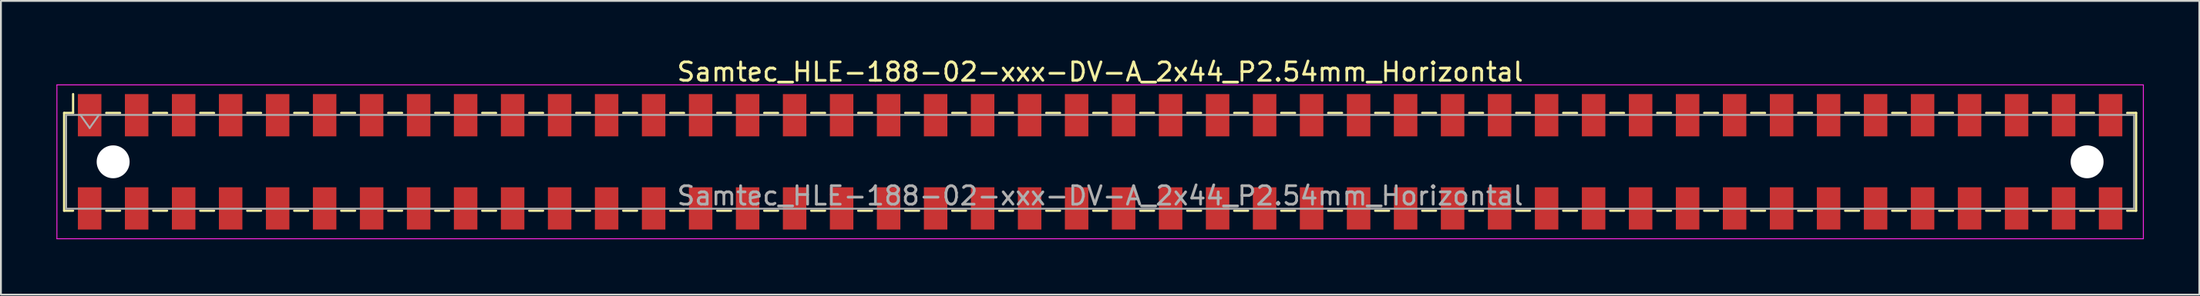
<source format=kicad_pcb>
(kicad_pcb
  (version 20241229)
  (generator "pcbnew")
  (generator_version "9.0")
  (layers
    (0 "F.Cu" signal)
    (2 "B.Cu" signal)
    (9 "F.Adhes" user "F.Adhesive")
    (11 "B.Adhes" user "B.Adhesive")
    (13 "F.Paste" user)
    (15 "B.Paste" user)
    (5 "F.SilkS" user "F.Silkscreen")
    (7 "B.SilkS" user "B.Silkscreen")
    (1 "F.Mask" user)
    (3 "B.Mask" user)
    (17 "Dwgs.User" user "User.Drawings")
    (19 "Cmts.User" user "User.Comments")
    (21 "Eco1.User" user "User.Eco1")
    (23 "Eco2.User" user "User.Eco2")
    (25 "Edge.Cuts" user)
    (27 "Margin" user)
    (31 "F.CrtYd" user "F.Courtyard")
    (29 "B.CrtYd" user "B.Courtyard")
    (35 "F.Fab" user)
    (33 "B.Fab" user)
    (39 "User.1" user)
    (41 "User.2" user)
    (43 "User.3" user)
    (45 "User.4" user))
  (footprint "Samtec_HLE-188-02-xxx-DV-A_2x44_P2.54mm_Horizontal"
    (layer "F.Cu")
    (at 56.405 5.718)
    (property "Reference" "Samtec_HLE-188-02-xxx-DV-A_2x44_P2.54mm_Horizontal" (at 0 -4.87 0) (layer "F.SilkS") (effects (font (size 1 1) (thickness 0.15))))
    (attr smd)
    (fp_line (start -55.99 -2.65) (end -55.99 2.65) (stroke (width 0.12) (type solid)) (layer "F.SilkS"))
    (fp_line (start -55.99 2.65) (end -55.505 2.65) (stroke (width 0.12) (type solid)) (layer "F.SilkS"))
    (fp_line (start -55.505 -3.67) (end -55.505 -2.65) (stroke (width 0.12) (type solid)) (layer "F.SilkS"))
    (fp_line (start -55.505 -2.65) (end -55.99 -2.65) (stroke (width 0.12) (type solid)) (layer "F.SilkS"))
    (fp_line (start -53.715 -2.65) (end -52.965 -2.65) (stroke (width 0.12) (type solid)) (layer "F.SilkS"))
    (fp_line (start -53.715 2.65) (end -52.965 2.65) (stroke (width 0.12) (type solid)) (layer "F.SilkS"))
    (fp_line (start -51.175 -2.65) (end -50.425 -2.65) (stroke (width 0.12) (type solid)) (layer "F.SilkS"))
    (fp_line (start -51.175 2.65) (end -50.425 2.65) (stroke (width 0.12) (type solid)) (layer "F.SilkS"))
    (fp_line (start -48.635 -2.65) (end -47.885 -2.65) (stroke (width 0.12) (type solid)) (layer "F.SilkS"))
    (fp_line (start -48.635 2.65) (end -47.885 2.65) (stroke (width 0.12) (type solid)) (layer "F.SilkS"))
    (fp_line (start -46.095 -2.65) (end -45.345 -2.65) (stroke (width 0.12) (type solid)) (layer "F.SilkS"))
    (fp_line (start -46.095 2.65) (end -45.345 2.65) (stroke (width 0.12) (type solid)) (layer "F.SilkS"))
    (fp_line (start -43.555 -2.65) (end -42.805 -2.65) (stroke (width 0.12) (type solid)) (layer "F.SilkS"))
    (fp_line (start -43.555 2.65) (end -42.805 2.65) (stroke (width 0.12) (type solid)) (layer "F.SilkS"))
    (fp_line (start -41.015 -2.65) (end -40.265 -2.65) (stroke (width 0.12) (type solid)) (layer "F.SilkS"))
    (fp_line (start -41.015 2.65) (end -40.265 2.65) (stroke (width 0.12) (type solid)) (layer "F.SilkS"))
    (fp_line (start -38.475 -2.65) (end -37.725 -2.65) (stroke (width 0.12) (type solid)) (layer "F.SilkS"))
    (fp_line (start -38.475 2.65) (end -37.725 2.65) (stroke (width 0.12) (type solid)) (layer "F.SilkS"))
    (fp_line (start -35.935 -2.65) (end -35.185 -2.65) (stroke (width 0.12) (type solid)) (layer "F.SilkS"))
    (fp_line (start -35.935 2.65) (end -35.185 2.65) (stroke (width 0.12) (type solid)) (layer "F.SilkS"))
    (fp_line (start -33.395 -2.65) (end -32.645 -2.65) (stroke (width 0.12) (type solid)) (layer "F.SilkS"))
    (fp_line (start -33.395 2.65) (end -32.645 2.65) (stroke (width 0.12) (type solid)) (layer "F.SilkS"))
    (fp_line (start -30.855 -2.65) (end -30.105 -2.65) (stroke (width 0.12) (type solid)) (layer "F.SilkS"))
    (fp_line (start -30.855 2.65) (end -30.105 2.65) (stroke (width 0.12) (type solid)) (layer "F.SilkS"))
    (fp_line (start -28.315 -2.65) (end -27.565 -2.65) (stroke (width 0.12) (type solid)) (layer "F.SilkS"))
    (fp_line (start -28.315 2.65) (end -27.565 2.65) (stroke (width 0.12) (type solid)) (layer "F.SilkS"))
    (fp_line (start -25.775 -2.65) (end -25.025 -2.65) (stroke (width 0.12) (type solid)) (layer "F.SilkS"))
    (fp_line (start -25.775 2.65) (end -25.025 2.65) (stroke (width 0.12) (type solid)) (layer "F.SilkS"))
    (fp_line (start -23.235 -2.65) (end -22.485 -2.65) (stroke (width 0.12) (type solid)) (layer "F.SilkS"))
    (fp_line (start -23.235 2.65) (end -22.485 2.65) (stroke (width 0.12) (type solid)) (layer "F.SilkS"))
    (fp_line (start -20.695 -2.65) (end -19.945 -2.65) (stroke (width 0.12) (type solid)) (layer "F.SilkS"))
    (fp_line (start -20.695 2.65) (end -19.945 2.65) (stroke (width 0.12) (type solid)) (layer "F.SilkS"))
    (fp_line (start -18.155 -2.65) (end -17.405 -2.65) (stroke (width 0.12) (type solid)) (layer "F.SilkS"))
    (fp_line (start -18.155 2.65) (end -17.405 2.65) (stroke (width 0.12) (type solid)) (layer "F.SilkS"))
    (fp_line (start -15.615 -2.65) (end -14.865 -2.65) (stroke (width 0.12) (type solid)) (layer "F.SilkS"))
    (fp_line (start -15.615 2.65) (end -14.865 2.65) (stroke (width 0.12) (type solid)) (layer "F.SilkS"))
    (fp_line (start -13.075 -2.65) (end -12.325 -2.65) (stroke (width 0.12) (type solid)) (layer "F.SilkS"))
    (fp_line (start -13.075 2.65) (end -12.325 2.65) (stroke (width 0.12) (type solid)) (layer "F.SilkS"))
    (fp_line (start -10.535 -2.65) (end -9.785 -2.65) (stroke (width 0.12) (type solid)) (layer "F.SilkS"))
    (fp_line (start -10.535 2.65) (end -9.785 2.65) (stroke (width 0.12) (type solid)) (layer "F.SilkS"))
    (fp_line (start -7.995 -2.65) (end -7.245 -2.65) (stroke (width 0.12) (type solid)) (layer "F.SilkS"))
    (fp_line (start -7.995 2.65) (end -7.245 2.65) (stroke (width 0.12) (type solid)) (layer "F.SilkS"))
    (fp_line (start -5.455 -2.65) (end -4.705 -2.65) (stroke (width 0.12) (type solid)) (layer "F.SilkS"))
    (fp_line (start -5.455 2.65) (end -4.705 2.65) (stroke (width 0.12) (type solid)) (layer "F.SilkS"))
    (fp_line (start -2.915 -2.65) (end -2.165 -2.65) (stroke (width 0.12) (type solid)) (layer "F.SilkS"))
    (fp_line (start -2.915 2.65) (end -2.165 2.65) (stroke (width 0.12) (type solid)) (layer "F.SilkS"))
    (fp_line (start -0.375 -2.65) (end 0.375 -2.65) (stroke (width 0.12) (type solid)) (layer "F.SilkS"))
    (fp_line (start -0.375 2.65) (end 0.375 2.65) (stroke (width 0.12) (type solid)) (layer "F.SilkS"))
    (fp_line (start 2.165 -2.65) (end 2.915 -2.65) (stroke (width 0.12) (type solid)) (layer "F.SilkS"))
    (fp_line (start 2.165 2.65) (end 2.915 2.65) (stroke (width 0.12) (type solid)) (layer "F.SilkS"))
    (fp_line (start 4.705 -2.65) (end 5.455 -2.65) (stroke (width 0.12) (type solid)) (layer "F.SilkS"))
    (fp_line (start 4.705 2.65) (end 5.455 2.65) (stroke (width 0.12) (type solid)) (layer "F.SilkS"))
    (fp_line (start 7.245 -2.65) (end 7.995 -2.65) (stroke (width 0.12) (type solid)) (layer "F.SilkS"))
    (fp_line (start 7.245 2.65) (end 7.995 2.65) (stroke (width 0.12) (type solid)) (layer "F.SilkS"))
    (fp_line (start 9.785 -2.65) (end 10.535 -2.65) (stroke (width 0.12) (type solid)) (layer "F.SilkS"))
    (fp_line (start 9.785 2.65) (end 10.535 2.65) (stroke (width 0.12) (type solid)) (layer "F.SilkS"))
    (fp_line (start 12.325 -2.65) (end 13.075 -2.65) (stroke (width 0.12) (type solid)) (layer "F.SilkS"))
    (fp_line (start 12.325 2.65) (end 13.075 2.65) (stroke (width 0.12) (type solid)) (layer "F.SilkS"))
    (fp_line (start 14.865 -2.65) (end 15.615 -2.65) (stroke (width 0.12) (type solid)) (layer "F.SilkS"))
    (fp_line (start 14.865 2.65) (end 15.615 2.65) (stroke (width 0.12) (type solid)) (layer "F.SilkS"))
    (fp_line (start 17.405 -2.65) (end 18.155 -2.65) (stroke (width 0.12) (type solid)) (layer "F.SilkS"))
    (fp_line (start 17.405 2.65) (end 18.155 2.65) (stroke (width 0.12) (type solid)) (layer "F.SilkS"))
    (fp_line (start 19.945 -2.65) (end 20.695 -2.65) (stroke (width 0.12) (type solid)) (layer "F.SilkS"))
    (fp_line (start 19.945 2.65) (end 20.695 2.65) (stroke (width 0.12) (type solid)) (layer "F.SilkS"))
    (fp_line (start 22.485 -2.65) (end 23.235 -2.65) (stroke (width 0.12) (type solid)) (layer "F.SilkS"))
    (fp_line (start 22.485 2.65) (end 23.235 2.65) (stroke (width 0.12) (type solid)) (layer "F.SilkS"))
    (fp_line (start 25.025 -2.65) (end 25.775 -2.65) (stroke (width 0.12) (type solid)) (layer "F.SilkS"))
    (fp_line (start 25.025 2.65) (end 25.775 2.65) (stroke (width 0.12) (type solid)) (layer "F.SilkS"))
    (fp_line (start 27.565 -2.65) (end 28.315 -2.65) (stroke (width 0.12) (type solid)) (layer "F.SilkS"))
    (fp_line (start 27.565 2.65) (end 28.315 2.65) (stroke (width 0.12) (type solid)) (layer "F.SilkS"))
    (fp_line (start 30.105 -2.65) (end 30.855 -2.65) (stroke (width 0.12) (type solid)) (layer "F.SilkS"))
    (fp_line (start 30.105 2.65) (end 30.855 2.65) (stroke (width 0.12) (type solid)) (layer "F.SilkS"))
    (fp_line (start 32.645 -2.65) (end 33.395 -2.65) (stroke (width 0.12) (type solid)) (layer "F.SilkS"))
    (fp_line (start 32.645 2.65) (end 33.395 2.65) (stroke (width 0.12) (type solid)) (layer "F.SilkS"))
    (fp_line (start 35.185 -2.65) (end 35.935 -2.65) (stroke (width 0.12) (type solid)) (layer "F.SilkS"))
    (fp_line (start 35.185 2.65) (end 35.935 2.65) (stroke (width 0.12) (type solid)) (layer "F.SilkS"))
    (fp_line (start 37.725 -2.65) (end 38.475 -2.65) (stroke (width 0.12) (type solid)) (layer "F.SilkS"))
    (fp_line (start 37.725 2.65) (end 38.475 2.65) (stroke (width 0.12) (type solid)) (layer "F.SilkS"))
    (fp_line (start 40.265 -2.65) (end 41.015 -2.65) (stroke (width 0.12) (type solid)) (layer "F.SilkS"))
    (fp_line (start 40.265 2.65) (end 41.015 2.65) (stroke (width 0.12) (type solid)) (layer "F.SilkS"))
    (fp_line (start 42.805 -2.65) (end 43.555 -2.65) (stroke (width 0.12) (type solid)) (layer "F.SilkS"))
    (fp_line (start 42.805 2.65) (end 43.555 2.65) (stroke (width 0.12) (type solid)) (layer "F.SilkS"))
    (fp_line (start 45.345 -2.65) (end 46.095 -2.65) (stroke (width 0.12) (type solid)) (layer "F.SilkS"))
    (fp_line (start 45.345 2.65) (end 46.095 2.65) (stroke (width 0.12) (type solid)) (layer "F.SilkS"))
    (fp_line (start 47.885 -2.65) (end 48.635 -2.65) (stroke (width 0.12) (type solid)) (layer "F.SilkS"))
    (fp_line (start 47.885 2.65) (end 48.635 2.65) (stroke (width 0.12) (type solid)) (layer "F.SilkS"))
    (fp_line (start 50.425 -2.65) (end 51.175 -2.65) (stroke (width 0.12) (type solid)) (layer "F.SilkS"))
    (fp_line (start 50.425 2.65) (end 51.175 2.65) (stroke (width 0.12) (type solid)) (layer "F.SilkS"))
    (fp_line (start 52.965 -2.65) (end 53.715 -2.65) (stroke (width 0.12) (type solid)) (layer "F.SilkS"))
    (fp_line (start 52.965 2.65) (end 53.715 2.65) (stroke (width 0.12) (type solid)) (layer "F.SilkS"))
    (fp_line (start 55.505 -2.65) (end 55.99 -2.65) (stroke (width 0.12) (type solid)) (layer "F.SilkS"))
    (fp_line (start 55.99 -2.65) (end 55.99 2.65) (stroke (width 0.12) (type solid)) (layer "F.SilkS"))
    (fp_line (start 55.99 2.65) (end 55.505 2.65) (stroke (width 0.12) (type solid)) (layer "F.SilkS"))
    (fp_line (start -56.38 -4.17) (end 56.38 -4.17) (stroke (width 0.05) (type solid)) (layer "F.CrtYd"))
    (fp_line (start -56.38 4.17) (end -56.38 -4.17) (stroke (width 0.05) (type solid)) (layer "F.CrtYd"))
    (fp_line (start 56.38 -4.17) (end 56.38 4.17) (stroke (width 0.05) (type solid)) (layer "F.CrtYd"))
    (fp_line (start 56.38 4.17) (end -56.38 4.17) (stroke (width 0.05) (type solid)) (layer "F.CrtYd"))
    (fp_line (start -55.88 -2.54) (end 55.88 -2.54) (stroke (width 0.1) (type solid)) (layer "F.Fab"))
    (fp_line (start -55.88 2.54) (end -55.88 -2.54) (stroke (width 0.1) (type solid)) (layer "F.Fab"))
    (fp_line (start -55.11 -2.54) (end -54.61 -1.833) (stroke (width 0.1) (type solid)) (layer "F.Fab"))
    (fp_line (start -54.61 -1.833) (end -54.11 -2.54) (stroke (width 0.1) (type solid)) (layer "F.Fab"))
    (fp_line (start 55.88 -2.54) (end 55.88 2.54) (stroke (width 0.1) (type solid)) (layer "F.Fab"))
    (fp_line (start 55.88 2.54) (end -55.88 2.54) (stroke (width 0.1) (type solid)) (layer "F.Fab"))
    (fp_text user "${REFERENCE}" (at 0 1.84 0) (layer "F.Fab") (effects (font (size 1 1) (thickness 0.15))))
    (pad "" np_thru_hole circle (at -53.34 0) (size 1.78 1.78) (drill 1.78) (layers "*.Cu" "*.Mask"))
    (pad "" np_thru_hole circle (at 53.34 0) (size 1.78 1.78) (drill 1.78) (layers "*.Cu" "*.Mask"))
    (pad "1" smd rect (at -54.61 -2.525) (size 1.27 2.29) (layers "F.Cu" "F.Mask" "F.Paste"))
    (pad "2" smd rect (at -54.61 2.525) (size 1.27 2.29) (layers "F.Cu" "F.Mask" "F.Paste"))
    (pad "3" smd rect (at -52.07 -2.525) (size 1.27 2.29) (layers "F.Cu" "F.Mask" "F.Paste"))
    (pad "4" smd rect (at -52.07 2.525) (size 1.27 2.29) (layers "F.Cu" "F.Mask" "F.Paste"))
    (pad "5" smd rect (at -49.53 -2.525) (size 1.27 2.29) (layers "F.Cu" "F.Mask" "F.Paste"))
    (pad "6" smd rect (at -49.53 2.525) (size 1.27 2.29) (layers "F.Cu" "F.Mask" "F.Paste"))
    (pad "7" smd rect (at -46.99 -2.525) (size 1.27 2.29) (layers "F.Cu" "F.Mask" "F.Paste"))
    (pad "8" smd rect (at -46.99 2.525) (size 1.27 2.29) (layers "F.Cu" "F.Mask" "F.Paste"))
    (pad "9" smd rect (at -44.45 -2.525) (size 1.27 2.29) (layers "F.Cu" "F.Mask" "F.Paste"))
    (pad "10" smd rect (at -44.45 2.525) (size 1.27 2.29) (layers "F.Cu" "F.Mask" "F.Paste"))
    (pad "11" smd rect (at -41.91 -2.525) (size 1.27 2.29) (layers "F.Cu" "F.Mask" "F.Paste"))
    (pad "12" smd rect (at -41.91 2.525) (size 1.27 2.29) (layers "F.Cu" "F.Mask" "F.Paste"))
    (pad "13" smd rect (at -39.37 -2.525) (size 1.27 2.29) (layers "F.Cu" "F.Mask" "F.Paste"))
    (pad "14" smd rect (at -39.37 2.525) (size 1.27 2.29) (layers "F.Cu" "F.Mask" "F.Paste"))
    (pad "15" smd rect (at -36.83 -2.525) (size 1.27 2.29) (layers "F.Cu" "F.Mask" "F.Paste"))
    (pad "16" smd rect (at -36.83 2.525) (size 1.27 2.29) (layers "F.Cu" "F.Mask" "F.Paste"))
    (pad "17" smd rect (at -34.29 -2.525) (size 1.27 2.29) (layers "F.Cu" "F.Mask" "F.Paste"))
    (pad "18" smd rect (at -34.29 2.525) (size 1.27 2.29) (layers "F.Cu" "F.Mask" "F.Paste"))
    (pad "19" smd rect (at -31.75 -2.525) (size 1.27 2.29) (layers "F.Cu" "F.Mask" "F.Paste"))
    (pad "20" smd rect (at -31.75 2.525) (size 1.27 2.29) (layers "F.Cu" "F.Mask" "F.Paste"))
    (pad "21" smd rect (at -29.21 -2.525) (size 1.27 2.29) (layers "F.Cu" "F.Mask" "F.Paste"))
    (pad "22" smd rect (at -29.21 2.525) (size 1.27 2.29) (layers "F.Cu" "F.Mask" "F.Paste"))
    (pad "23" smd rect (at -26.67 -2.525) (size 1.27 2.29) (layers "F.Cu" "F.Mask" "F.Paste"))
    (pad "24" smd rect (at -26.67 2.525) (size 1.27 2.29) (layers "F.Cu" "F.Mask" "F.Paste"))
    (pad "25" smd rect (at -24.13 -2.525) (size 1.27 2.29) (layers "F.Cu" "F.Mask" "F.Paste"))
    (pad "26" smd rect (at -24.13 2.525) (size 1.27 2.29) (layers "F.Cu" "F.Mask" "F.Paste"))
    (pad "27" smd rect (at -21.59 -2.525) (size 1.27 2.29) (layers "F.Cu" "F.Mask" "F.Paste"))
    (pad "28" smd rect (at -21.59 2.525) (size 1.27 2.29) (layers "F.Cu" "F.Mask" "F.Paste"))
    (pad "29" smd rect (at -19.05 -2.525) (size 1.27 2.29) (layers "F.Cu" "F.Mask" "F.Paste"))
    (pad "30" smd rect (at -19.05 2.525) (size 1.27 2.29) (layers "F.Cu" "F.Mask" "F.Paste"))
    (pad "31" smd rect (at -16.51 -2.525) (size 1.27 2.29) (layers "F.Cu" "F.Mask" "F.Paste"))
    (pad "32" smd rect (at -16.51 2.525) (size 1.27 2.29) (layers "F.Cu" "F.Mask" "F.Paste"))
    (pad "33" smd rect (at -13.97 -2.525) (size 1.27 2.29) (layers "F.Cu" "F.Mask" "F.Paste"))
    (pad "34" smd rect (at -13.97 2.525) (size 1.27 2.29) (layers "F.Cu" "F.Mask" "F.Paste"))
    (pad "35" smd rect (at -11.43 -2.525) (size 1.27 2.29) (layers "F.Cu" "F.Mask" "F.Paste"))
    (pad "36" smd rect (at -11.43 2.525) (size 1.27 2.29) (layers "F.Cu" "F.Mask" "F.Paste"))
    (pad "37" smd rect (at -8.89 -2.525) (size 1.27 2.29) (layers "F.Cu" "F.Mask" "F.Paste"))
    (pad "38" smd rect (at -8.89 2.525) (size 1.27 2.29) (layers "F.Cu" "F.Mask" "F.Paste"))
    (pad "39" smd rect (at -6.35 -2.525) (size 1.27 2.29) (layers "F.Cu" "F.Mask" "F.Paste"))
    (pad "40" smd rect (at -6.35 2.525) (size 1.27 2.29) (layers "F.Cu" "F.Mask" "F.Paste"))
    (pad "41" smd rect (at -3.81 -2.525) (size 1.27 2.29) (layers "F.Cu" "F.Mask" "F.Paste"))
    (pad "42" smd rect (at -3.81 2.525) (size 1.27 2.29) (layers "F.Cu" "F.Mask" "F.Paste"))
    (pad "43" smd rect (at -1.27 -2.525) (size 1.27 2.29) (layers "F.Cu" "F.Mask" "F.Paste"))
    (pad "44" smd rect (at -1.27 2.525) (size 1.27 2.29) (layers "F.Cu" "F.Mask" "F.Paste"))
    (pad "45" smd rect (at 1.27 -2.525) (size 1.27 2.29) (layers "F.Cu" "F.Mask" "F.Paste"))
    (pad "46" smd rect (at 1.27 2.525) (size 1.27 2.29) (layers "F.Cu" "F.Mask" "F.Paste"))
    (pad "47" smd rect (at 3.81 -2.525) (size 1.27 2.29) (layers "F.Cu" "F.Mask" "F.Paste"))
    (pad "48" smd rect (at 3.81 2.525) (size 1.27 2.29) (layers "F.Cu" "F.Mask" "F.Paste"))
    (pad "49" smd rect (at 6.35 -2.525) (size 1.27 2.29) (layers "F.Cu" "F.Mask" "F.Paste"))
    (pad "50" smd rect (at 6.35 2.525) (size 1.27 2.29) (layers "F.Cu" "F.Mask" "F.Paste"))
    (pad "51" smd rect (at 8.89 -2.525) (size 1.27 2.29) (layers "F.Cu" "F.Mask" "F.Paste"))
    (pad "52" smd rect (at 8.89 2.525) (size 1.27 2.29) (layers "F.Cu" "F.Mask" "F.Paste"))
    (pad "53" smd rect (at 11.43 -2.525) (size 1.27 2.29) (layers "F.Cu" "F.Mask" "F.Paste"))
    (pad "54" smd rect (at 11.43 2.525) (size 1.27 2.29) (layers "F.Cu" "F.Mask" "F.Paste"))
    (pad "55" smd rect (at 13.97 -2.525) (size 1.27 2.29) (layers "F.Cu" "F.Mask" "F.Paste"))
    (pad "56" smd rect (at 13.97 2.525) (size 1.27 2.29) (layers "F.Cu" "F.Mask" "F.Paste"))
    (pad "57" smd rect (at 16.51 -2.525) (size 1.27 2.29) (layers "F.Cu" "F.Mask" "F.Paste"))
    (pad "58" smd rect (at 16.51 2.525) (size 1.27 2.29) (layers "F.Cu" "F.Mask" "F.Paste"))
    (pad "59" smd rect (at 19.05 -2.525) (size 1.27 2.29) (layers "F.Cu" "F.Mask" "F.Paste"))
    (pad "60" smd rect (at 19.05 2.525) (size 1.27 2.29) (layers "F.Cu" "F.Mask" "F.Paste"))
    (pad "61" smd rect (at 21.59 -2.525) (size 1.27 2.29) (layers "F.Cu" "F.Mask" "F.Paste"))
    (pad "62" smd rect (at 21.59 2.525) (size 1.27 2.29) (layers "F.Cu" "F.Mask" "F.Paste"))
    (pad "63" smd rect (at 24.13 -2.525) (size 1.27 2.29) (layers "F.Cu" "F.Mask" "F.Paste"))
    (pad "64" smd rect (at 24.13 2.525) (size 1.27 2.29) (layers "F.Cu" "F.Mask" "F.Paste"))
    (pad "65" smd rect (at 26.67 -2.525) (size 1.27 2.29) (layers "F.Cu" "F.Mask" "F.Paste"))
    (pad "66" smd rect (at 26.67 2.525) (size 1.27 2.29) (layers "F.Cu" "F.Mask" "F.Paste"))
    (pad "67" smd rect (at 29.21 -2.525) (size 1.27 2.29) (layers "F.Cu" "F.Mask" "F.Paste"))
    (pad "68" smd rect (at 29.21 2.525) (size 1.27 2.29) (layers "F.Cu" "F.Mask" "F.Paste"))
    (pad "69" smd rect (at 31.75 -2.525) (size 1.27 2.29) (layers "F.Cu" "F.Mask" "F.Paste"))
    (pad "70" smd rect (at 31.75 2.525) (size 1.27 2.29) (layers "F.Cu" "F.Mask" "F.Paste"))
    (pad "71" smd rect (at 34.29 -2.525) (size 1.27 2.29) (layers "F.Cu" "F.Mask" "F.Paste"))
    (pad "72" smd rect (at 34.29 2.525) (size 1.27 2.29) (layers "F.Cu" "F.Mask" "F.Paste"))
    (pad "73" smd rect (at 36.83 -2.525) (size 1.27 2.29) (layers "F.Cu" "F.Mask" "F.Paste"))
    (pad "74" smd rect (at 36.83 2.525) (size 1.27 2.29) (layers "F.Cu" "F.Mask" "F.Paste"))
    (pad "75" smd rect (at 39.37 -2.525) (size 1.27 2.29) (layers "F.Cu" "F.Mask" "F.Paste"))
    (pad "76" smd rect (at 39.37 2.525) (size 1.27 2.29) (layers "F.Cu" "F.Mask" "F.Paste"))
    (pad "77" smd rect (at 41.91 -2.525) (size 1.27 2.29) (layers "F.Cu" "F.Mask" "F.Paste"))
    (pad "78" smd rect (at 41.91 2.525) (size 1.27 2.29) (layers "F.Cu" "F.Mask" "F.Paste"))
    (pad "79" smd rect (at 44.45 -2.525) (size 1.27 2.29) (layers "F.Cu" "F.Mask" "F.Paste"))
    (pad "80" smd rect (at 44.45 2.525) (size 1.27 2.29) (layers "F.Cu" "F.Mask" "F.Paste"))
    (pad "81" smd rect (at 46.99 -2.525) (size 1.27 2.29) (layers "F.Cu" "F.Mask" "F.Paste"))
    (pad "82" smd rect (at 46.99 2.525) (size 1.27 2.29) (layers "F.Cu" "F.Mask" "F.Paste"))
    (pad "83" smd rect (at 49.53 -2.525) (size 1.27 2.29) (layers "F.Cu" "F.Mask" "F.Paste"))
    (pad "84" smd rect (at 49.53 2.525) (size 1.27 2.29) (layers "F.Cu" "F.Mask" "F.Paste"))
    (pad "85" smd rect (at 52.07 -2.525) (size 1.27 2.29) (layers "F.Cu" "F.Mask" "F.Paste"))
    (pad "86" smd rect (at 52.07 2.525) (size 1.27 2.29) (layers "F.Cu" "F.Mask" "F.Paste"))
    (pad "87" smd rect (at 54.61 -2.525) (size 1.27 2.29) (layers "F.Cu" "F.Mask" "F.Paste"))
    (pad "88" smd rect (at 54.61 2.525) (size 1.27 2.29) (layers "F.Cu" "F.Mask" "F.Paste")))
  (gr_rect
    (start -3 -3)
    (end 115.81 12.913)
    (stroke (width 0.1) (type default))
    (fill no)
    (layer "Edge.Cuts")))
</source>
